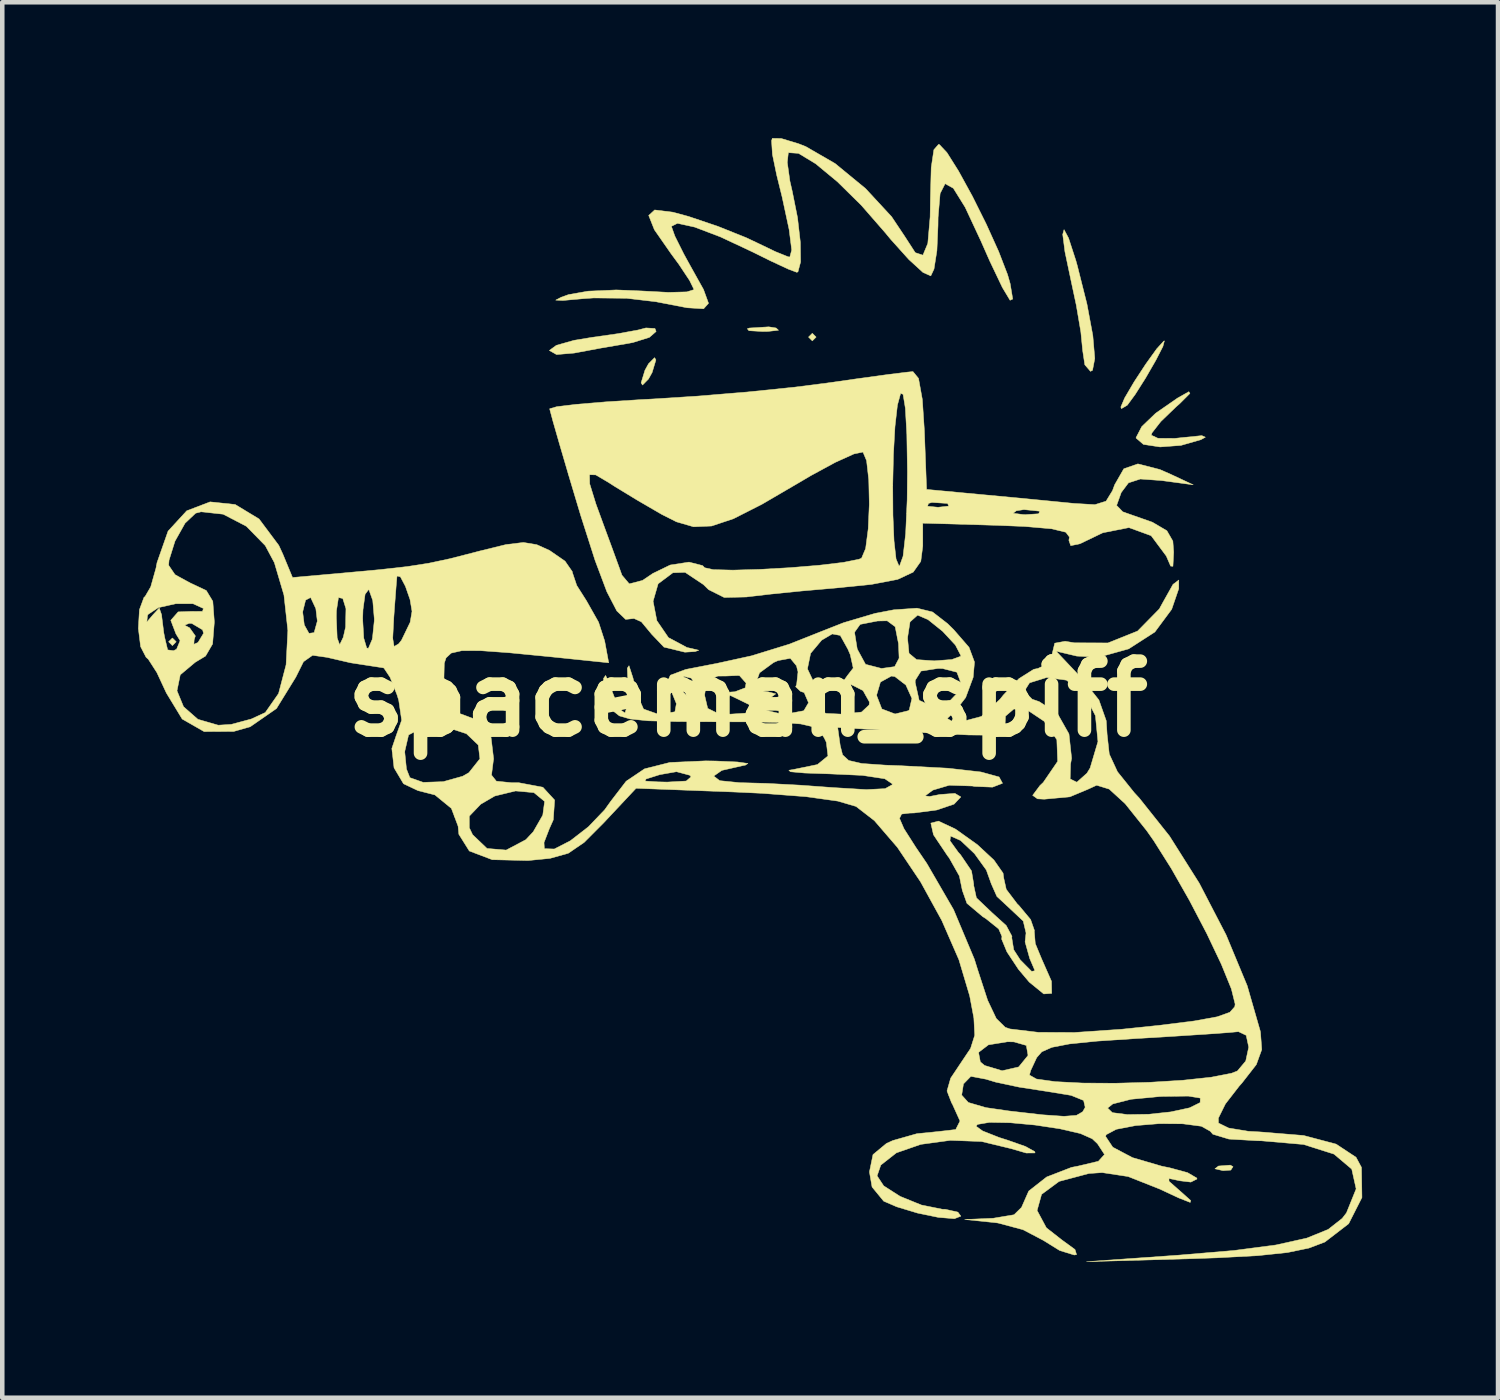
<source format=kicad_pcb>
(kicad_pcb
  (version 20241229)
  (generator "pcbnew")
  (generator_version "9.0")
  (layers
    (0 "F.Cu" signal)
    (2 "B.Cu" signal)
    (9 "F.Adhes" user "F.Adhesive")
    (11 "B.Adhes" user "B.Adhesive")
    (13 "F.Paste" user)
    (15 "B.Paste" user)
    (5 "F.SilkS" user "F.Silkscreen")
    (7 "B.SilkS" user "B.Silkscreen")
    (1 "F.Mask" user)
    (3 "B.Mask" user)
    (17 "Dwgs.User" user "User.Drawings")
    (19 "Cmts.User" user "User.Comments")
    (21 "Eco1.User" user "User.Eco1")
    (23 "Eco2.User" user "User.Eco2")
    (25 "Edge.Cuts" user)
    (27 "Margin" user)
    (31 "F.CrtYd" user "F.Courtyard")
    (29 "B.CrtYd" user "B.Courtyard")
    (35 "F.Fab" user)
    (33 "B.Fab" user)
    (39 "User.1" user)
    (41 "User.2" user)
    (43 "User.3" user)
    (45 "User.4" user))
  (footprint "spaceman_spiff"
    (layer "F.Cu")
    (at 13.457 12.383)
    (property "Reference" "spaceman_spiff" (at 0 0 0) (layer "F.SilkS") (effects (font (size 1.524 1.524) (thickness 0.3))))
    (attr through_hole)
    (fp_poly (pts (xy -12.616 -1.262) (xy -12.7 -1.177) (xy -12.784 -1.262) (xy -12.7 -1.346) (xy -12.616 -1.262)) (stroke (width 0.01) (type solid)) (fill yes) (layer "F.SilkS"))
    (fp_poly (pts (xy 1.514 -7.99) (xy 1.43 -7.906) (xy 1.346 -7.99) (xy 1.43 -8.074) (xy 1.514 -7.99)) (stroke (width 0.01) (type solid)) (fill yes) (layer "F.SilkS"))
    (fp_poly (pts (xy 10.72 10.328) (xy 10.67 10.404) (xy 10.499 10.416) (xy 10.32 10.375) (xy 10.398 10.314) (xy 10.66 10.294) (xy 10.72 10.328)) (stroke (width 0.01) (type solid)) (fill yes) (layer "F.SilkS"))
    (fp_poly (pts (xy -2.024 -7.485) (xy -2.107 -7.209) (xy -2.187 -7.065) (xy -2.32 -6.93) (xy -2.35 -6.981) (xy -2.266 -7.257) (xy -2.187 -7.401) (xy -2.053 -7.536) (xy -2.024 -7.485)) (stroke (width 0.01) (type solid)) (fill yes) (layer "F.SilkS"))
    (fp_poly (pts (xy 0.631 -8.19) (xy 0.683 -8.141) (xy 0.451 -8.115) (xy 0.336 -8.113) (xy 0.03 -8.131) (xy -0.006 -8.174) (xy 0.042 -8.19) (xy 0.469 -8.216) (xy 0.631 -8.19)) (stroke (width 0.01) (type solid)) (fill yes) (layer "F.SilkS"))
    (fp_poly (pts (xy 9.171 -7.782) (xy 9.014 -7.476) (xy 8.791 -7.089) (xy 8.559 -6.723) (xy 8.384 -6.485) (xy 8.255 -6.41) (xy 8.242 -6.446) (xy 8.327 -6.646) (xy 8.533 -6.997) (xy 8.792 -7.393) (xy 9.034 -7.73) (xy 9.19 -7.901) (xy 9.204 -7.906) (xy 9.171 -7.782)) (stroke (width 0.01) (type solid)) (fill yes) (layer "F.SilkS"))
    (fp_poly (pts (xy 7.088 -10.176) (xy 7.25 -9.678) (xy 7.283 -9.559) (xy 7.494 -8.72) (xy 7.624 -8.022) (xy 7.667 -7.516) (xy 7.617 -7.256) (xy 7.572 -7.233) (xy 7.447 -7.378) (xy 7.399 -7.696) (xy 7.359 -8.104) (xy 7.258 -8.696) (xy 7.143 -9.234) (xy 7.008 -9.874) (xy 6.959 -10.257) (xy 6.988 -10.363) (xy 7.088 -10.176)) (stroke (width 0.01) (type solid)) (fill yes) (layer "F.SilkS"))
    (fp_poly (pts (xy -2.045 -8.18) (xy -2.019 -8.114) (xy -2.167 -7.984) (xy -2.534 -7.869) (xy -2.649 -7.848) (xy -3.245 -7.746) (xy -3.812 -7.64) (xy -3.827 -7.637) (xy -4.218 -7.604) (xy -4.373 -7.692) (xy -4.374 -7.697) (xy -4.222 -7.808) (xy -3.829 -7.919) (xy -3.422 -7.986) (xy -2.858 -8.066) (xy -2.415 -8.147) (xy -2.244 -8.192) (xy -2.045 -8.18)) (stroke (width 0.01) (type solid)) (fill yes) (layer "F.SilkS"))
    (fp_poly (pts (xy 9.768 -6.746) (xy 9.544 -6.522) (xy 9.46 -6.448) (xy 9.124 -6.124) (xy 8.931 -5.877) (xy 8.914 -5.824) (xy 9.062 -5.755) (xy 9.435 -5.753) (xy 9.63 -5.774) (xy 10.031 -5.814) (xy 10.109 -5.779) (xy 10.009 -5.724) (xy 9.569 -5.598) (xy 9.109 -5.564) (xy 8.741 -5.62) (xy 8.579 -5.76) (xy 8.579 -5.772) (xy 8.704 -6.013) (xy 9.008 -6.305) (xy 9.041 -6.329) (xy 9.494 -6.643) (xy 9.744 -6.784) (xy 9.768 -6.746)) (stroke (width 0.01) (type solid)) (fill yes) (layer "F.SilkS"))
    (fp_poly (pts (xy 4.593 2.875) (xy 5.074 3.218) (xy 5.44 3.558) (xy 5.642 3.847) (xy 5.657 3.957) (xy 5.712 4.205) (xy 5.956 4.527) (xy 5.989 4.558) (xy 6.25 4.871) (xy 6.335 5.115) (xy 6.331 5.131) (xy 6.353 5.402) (xy 6.488 5.728) (xy 6.711 6.234) (xy 6.716 6.502) (xy 6.54 6.514) (xy 6.219 6.252) (xy 5.982 5.971) (xy 5.727 5.585) (xy 5.611 5.305) (xy 5.617 5.244) (xy 5.545 5.079) (xy 5.261 4.85) (xy 5.197 4.811) (xy 4.844 4.514) (xy 4.742 4.227) (xy 4.677 3.91) (xy 4.453 3.512) (xy 4.414 3.461) (xy 4.193 3.131) (xy 4.469 3.131) (xy 4.652 3.385) (xy 4.702 3.44) (xy 4.945 3.798) (xy 4.995 4.096) (xy 4.991 4.107) (xy 5.053 4.392) (xy 5.399 4.721) (xy 5.711 5.003) (xy 5.838 5.24) (xy 5.834 5.274) (xy 5.877 5.539) (xy 6.02 5.761) (xy 6.273 6.016) (xy 6.346 6.002) (xy 6.23 5.731) (xy 6.128 5.365) (xy 6.149 5.168) (xy 6.087 4.905) (xy 5.812 4.647) (xy 5.505 4.361) (xy 5.383 4.086) (xy 5.272 3.778) (xy 5.011 3.416) (xy 4.704 3.126) (xy 4.483 3.028) (xy 4.469 3.131) (xy 4.193 3.131) (xy 4.105 2.999) (xy 4.047 2.742) (xy 4.217 2.698) (xy 4.593 2.875)) (stroke (width 0.01) (type solid)) (fill yes) (layer "F.SilkS"))
    (fp_poly (pts (xy 0.743 -12.375) (xy 1.125 -12.26) (xy 1.285 -12.197) (xy 1.932 -11.823) (xy 2.605 -11.27) (xy 3.18 -10.649) (xy 3.467 -10.219) (xy 3.703 -9.854) (xy 3.872 -9.799) (xy 3.98 -10.058) (xy 4.031 -10.641) (xy 4.037 -11.032) (xy 4.055 -11.732) (xy 4.114 -12.127) (xy 4.217 -12.245) (xy 4.235 -12.242) (xy 4.403 -12.063) (xy 4.659 -11.656) (xy 4.963 -11.102) (xy 5.272 -10.482) (xy 5.545 -9.878) (xy 5.741 -9.37) (xy 5.799 -9.168) (xy 5.855 -8.83) (xy 5.796 -8.803) (xy 5.627 -9.084) (xy 5.349 -9.667) (xy 5.151 -10.115) (xy 4.805 -10.856) (xy 4.544 -11.276) (xy 4.362 -11.377) (xy 4.252 -11.161) (xy 4.207 -10.631) (xy 4.205 -10.453) (xy 4.181 -9.899) (xy 4.117 -9.492) (xy 4.046 -9.341) (xy 3.874 -9.417) (xy 3.56 -9.704) (xy 3.161 -10.148) (xy 3.037 -10.298) (xy 2.513 -10.899) (xy 1.984 -11.42) (xy 1.503 -11.818) (xy 1.125 -12.047) (xy 0.904 -12.062) (xy 0.9 -12.058) (xy 0.877 -11.848) (xy 0.935 -11.434) (xy 0.988 -11.202) (xy 1.103 -10.628) (xy 1.166 -10.08) (xy 1.171 -9.649) (xy 1.113 -9.431) (xy 1.088 -9.42) (xy 0.901 -9.49) (xy 0.51 -9.672) (xy 0.122 -9.864) (xy -0.596 -10.201) (xy -1.169 -10.419) (xy -1.548 -10.502) (xy -1.682 -10.435) (xy -1.605 -10.219) (xy -1.407 -9.823) (xy -1.264 -9.563) (xy -0.972 -9.039) (xy -0.862 -8.736) (xy -0.97 -8.615) (xy -1.333 -8.637) (xy -1.987 -8.763) (xy -2.019 -8.77) (xy -2.674 -8.847) (xy -3.399 -8.854) (xy -3.617 -8.839) (xy -4.079 -8.798) (xy -4.236 -8.806) (xy -4.115 -8.87) (xy -3.953 -8.928) (xy -3.521 -9.004) (xy -2.9 -9.031) (xy -2.313 -9.007) (xy -1.746 -8.977) (xy -1.341 -8.988) (xy -1.182 -9.038) (xy -1.182 -9.04) (xy -1.279 -9.238) (xy -1.519 -9.6) (xy -1.687 -9.828) (xy -2.058 -10.361) (xy -2.183 -10.676) (xy -2.051 -10.797) (xy -1.651 -10.748) (xy -1.304 -10.654) (xy -0.658 -10.436) (xy -0.031 -10.185) (xy 0.204 -10.074) (xy 0.616 -9.876) (xy 0.891 -9.765) (xy 0.932 -9.756) (xy 0.975 -9.912) (xy 0.918 -10.363) (xy 0.763 -11.084) (xy 0.643 -11.569) (xy 0.549 -12.024) (xy 0.53 -12.326) (xy 0.547 -12.378) (xy 0.743 -12.375)) (stroke (width 0.01) (type solid)) (fill yes) (layer "F.SilkS"))
    (fp_poly (pts (xy 3.775 -7.078) (xy 3.859 -6.613) (xy 3.904 -5.929) (xy 3.953 -4.626) (xy 5.215 -4.508) (xy 5.956 -4.439) (xy 6.676 -4.369) (xy 7.206 -4.317) (xy 7.67 -4.29) (xy 7.916 -4.367) (xy 8.059 -4.601) (xy 8.106 -4.729) (xy 8.308 -5.082) (xy 8.619 -5.19) (xy 9.103 -5.066) (xy 9.336 -4.964) (xy 9.84 -4.728) (xy 9.142 -4.822) (xy 8.673 -4.856) (xy 8.411 -4.771) (xy 8.251 -4.558) (xy 8.149 -4.273) (xy 8.285 -4.132) (xy 8.361 -4.105) (xy 8.939 -3.902) (xy 9.259 -3.714) (xy 9.391 -3.485) (xy 9.409 -3.242) (xy 9.393 -2.929) (xy 9.342 -2.933) (xy 9.246 -3.155) (xy 8.912 -3.604) (xy 8.421 -3.783) (xy 7.845 -3.669) (xy 7.769 -3.633) (xy 7.339 -3.426) (xy 7.136 -3.384) (xy 7.095 -3.502) (xy 7.107 -3.575) (xy 7.027 -3.681) (xy 6.711 -3.757) (xy 6.123 -3.808) (xy 5.509 -3.833) (xy 3.869 -3.881) (xy 3.869 -3.376) (xy 3.825 -3.037) (xy 3.658 -2.8) (xy 3.313 -2.639) (xy 2.737 -2.529) (xy 1.934 -2.448) (xy 1.202 -2.384) (xy 0.517 -2.315) (xy 0.017 -2.257) (xy -0.024 -2.251) (xy -0.515 -2.24) (xy -0.86 -2.413) (xy -0.977 -2.527) (xy -1.379 -2.795) (xy -1.649 -2.786) (xy -1.975 -2.542) (xy -2.086 -2.157) (xy -2.003 -1.728) (xy -1.747 -1.354) (xy -1.337 -1.135) (xy -1.308 -1.129) (xy -1.078 -1.075) (xy -1.158 -1.046) (xy -1.384 -1.032) (xy -1.846 -1.144) (xy -2.117 -1.428) (xy -2.345 -1.703) (xy -2.507 -1.776) (xy -2.508 -1.776) (xy -2.692 -1.756) (xy -2.887 -1.943) (xy -3.107 -2.367) (xy -3.367 -3.059) (xy -3.683 -4.047) (xy -3.711 -4.14) (xy -3.952 -4.944) (xy -3.954 -4.951) (xy -3.49 -4.951) (xy -3.486 -4.75) (xy -3.348 -4.304) (xy -3.189 -3.869) (xy -2.991 -3.331) (xy -2.836 -2.906) (xy -2.774 -2.733) (xy -2.612 -2.541) (xy -2.319 -2.617) (xy -2.093 -2.77) (xy -1.708 -2.957) (xy -1.293 -3.021) (xy -0.992 -2.944) (xy -0.948 -2.897) (xy -0.759 -2.855) (xy -0.323 -2.844) (xy 0.271 -2.861) (xy 0.934 -2.898) (xy 1.578 -2.951) (xy 2.116 -3.015) (xy 2.459 -3.084) (xy 2.517 -3.108) (xy 2.607 -3.321) (xy 2.664 -3.756) (xy 2.688 -4.299) (xy 2.679 -4.721) (xy 3.206 -4.721) (xy 3.21 -4.059) (xy 3.234 -3.49) (xy 3.279 -3.09) (xy 3.344 -2.936) (xy 3.357 -2.939) (xy 3.434 -3.152) (xy 3.491 -3.653) (xy 3.511 -4.1) (xy 5.864 -4.1) (xy 6.087 -4.071) (xy 6.14 -4.07) (xy 6.427 -4.088) (xy 6.452 -4.141) (xy 6.437 -4.147) (xy 6.103 -4.181) (xy 5.933 -4.154) (xy 5.864 -4.1) (xy 3.511 -4.1) (xy 3.518 -4.255) (xy 3.974 -4.255) (xy 4.205 -4.232) (xy 4.444 -4.258) (xy 4.416 -4.317) (xy 4.071 -4.339) (xy 3.995 -4.317) (xy 3.974 -4.255) (xy 3.518 -4.255) (xy 3.524 -4.394) (xy 3.53 -5.014) (xy 3.517 -5.837) (xy 3.484 -6.419) (xy 3.434 -6.726) (xy 3.38 -6.748) (xy 3.309 -6.488) (xy 3.255 -6.012) (xy 3.221 -5.397) (xy 3.206 -4.721) (xy 2.679 -4.721) (xy 2.676 -4.838) (xy 2.628 -5.261) (xy 2.548 -5.451) (xy 2.349 -5.41) (xy 1.94 -5.225) (xy 1.396 -4.93) (xy 1.161 -4.791) (xy 0.317 -4.298) (xy -0.312 -3.979) (xy -0.794 -3.818) (xy -1.192 -3.801) (xy -1.571 -3.911) (xy -1.894 -4.074) (xy -2.434 -4.388) (xy -2.935 -4.693) (xy -3.07 -4.78) (xy -3.353 -4.947) (xy -3.49 -4.951) (xy -3.954 -4.951) (xy -4.153 -5.629) (xy -4.297 -6.131) (xy -4.366 -6.389) (xy -4.369 -6.408) (xy -4.213 -6.453) (xy -3.782 -6.505) (xy -3.139 -6.559) (xy -2.344 -6.61) (xy -2.145 -6.62) (xy -1.108 -6.686) (xy 0.001 -6.778) (xy 1.039 -6.884) (xy 1.766 -6.977) (xy 2.497 -7.081) (xy 3.111 -7.165) (xy 3.527 -7.216) (xy 3.652 -7.228) (xy 3.775 -7.078)) (stroke (width 0.01) (type solid)) (fill yes) (layer "F.SilkS"))
    (fp_poly (pts (xy -11.314 -4.293) (xy -10.787 -3.974) (xy -10.351 -3.391) (xy -10.261 -3.196) (xy -10.048 -2.681) (xy -8.935 -2.78) (xy -8.109 -2.856) (xy -7.512 -2.923) (xy -7.037 -2.997) (xy -6.578 -3.095) (xy -6.028 -3.236) (xy -5.93 -3.262) (xy -5.336 -3.408) (xy -4.949 -3.455) (xy -4.654 -3.406) (xy -4.374 -3.28) (xy -4.03 -3.042) (xy -3.87 -2.811) (xy -3.869 -2.794) (xy -3.772 -2.506) (xy -3.557 -2.167) (xy -3.29 -1.695) (xy -3.156 -1.282) (xy -3.066 -0.798) (xy -4.351 -0.931) (xy -5.267 -1.02) (xy -5.902 -1.066) (xy -6.31 -1.065) (xy -6.544 -1.012) (xy -6.658 -0.906) (xy -6.697 -0.786) (xy -6.707 -0.336) (xy -6.595 0.072) (xy -6.402 0.314) (xy -6.317 0.336) (xy -5.925 0.484) (xy -5.664 0.851) (xy -5.607 1.327) (xy -5.615 1.373) (xy -5.654 1.681) (xy -5.547 1.816) (xy -5.212 1.85) (xy -5.053 1.85) (xy -4.52 1.95) (xy -4.26 2.233) (xy -4.29 2.671) (xy -4.378 2.868) (xy -4.495 3.172) (xy -4.487 3.307) (xy -4.267 3.314) (xy -3.913 3.132) (xy -3.514 2.823) (xy -3.156 2.449) (xy -3.023 2.263) (xy -2.683 1.82) (xy -2.674 1.813) (xy -2.265 1.813) (xy -1.986 1.831) (xy -1.775 1.836) (xy -1.355 1.813) (xy -1.248 1.721) (xy -1.274 1.686) (xy -1.569 1.607) (xy -1.938 1.672) (xy -2.241 1.768) (xy -2.265 1.813) (xy -2.674 1.813) (xy -2.275 1.544) (xy -1.717 1.403) (xy -0.929 1.368) (xy -0.704 1.371) (xy -0.225 1.392) (xy 0.008 1.425) (xy -0.048 1.462) (xy -0.084 1.468) (xy -0.568 1.578) (xy -0.747 1.703) (xy -0.615 1.805) (xy -0.166 1.85) (xy -0.143 1.85) (xy 0.418 1.865) (xy 1.155 1.904) (xy 1.908 1.959) (xy 1.909 1.959) (xy 2.622 2.002) (xy 3.038 1.981) (xy 3.193 1.895) (xy 3.196 1.875) (xy 3.03 1.763) (xy 2.536 1.688) (xy 1.808 1.655) (xy 1.258 1.636) (xy 0.947 1.608) (xy 0.912 1.575) (xy 1.009 1.559) (xy 1.543 1.449) (xy 1.775 1.259) (xy 1.739 0.957) (xy 1.692 0.859) (xy 1.593 0.714) (xy 1.465 0.63) (xy 1.99 0.63) (xy 2.046 1.03) (xy 2.098 1.235) (xy 2.233 1.359) (xy 2.523 1.426) (xy 3.043 1.462) (xy 3.364 1.474) (xy 4.425 1.53) (xy 5.154 1.613) (xy 5.554 1.723) (xy 5.629 1.861) (xy 5.627 1.864) (xy 5.409 1.948) (xy 5.013 1.932) (xy 4.963 1.923) (xy 4.453 1.906) (xy 4.093 2.013) (xy 3.919 2.141) (xy 4.022 2.154) (xy 4.247 2.11) (xy 4.579 2.086) (xy 4.71 2.164) (xy 4.56 2.323) (xy 4.181 2.452) (xy 3.681 2.518) (xy 3.576 2.521) (xy 3.402 2.542) (xy 3.355 2.637) (xy 3.453 2.864) (xy 3.716 3.277) (xy 3.958 3.633) (xy 4.549 4.653) (xy 5.008 5.746) (xy 5.081 5.98) (xy 5.301 6.654) (xy 5.492 7.057) (xy 5.69 7.251) (xy 5.793 7.287) (xy 6.419 7.362) (xy 7.222 7.365) (xy 8.259 7.294) (xy 9.077 7.209) (xy 9.864 7.111) (xy 10.369 7.019) (xy 10.649 6.919) (xy 10.758 6.796) (xy 10.766 6.738) (xy 10.683 6.403) (xy 10.462 5.86) (xy 10.141 5.184) (xy 9.759 4.453) (xy 9.356 3.744) (xy 8.97 3.132) (xy 8.811 2.906) (xy 8.338 2.314) (xy 7.985 1.991) (xy 7.708 1.906) (xy 7.506 1.999) (xy 7.115 2.162) (xy 6.551 2.214) (xy 6.402 2.206) (xy 6.295 2.129) (xy 6.456 1.913) (xy 6.529 1.844) (xy 6.847 1.379) (xy 6.829 0.9) (xy 6.55 0.494) (xy 6.197 0.258) (xy 5.88 0.222) (xy 5.695 0.38) (xy 5.686 0.56) (xy 5.684 0.687) (xy 5.586 0.765) (xy 5.337 0.8) (xy 4.883 0.796) (xy 4.166 0.761) (xy 3.863 0.743) (xy 1.99 0.63) (xy 1.465 0.63) (xy 1.441 0.614) (xy 1.176 0.553) (xy 0.741 0.52) (xy 0.075 0.507) (xy -0.673 0.505) (xy -1.572 0.5) (xy -2.193 0.483) (xy -2.593 0.443) (xy -2.831 0.374) (xy -2.966 0.267) (xy -3.022 0.179) (xy -3.16 -0.229) (xy -3.181 -0.452) (xy -3.134 -0.519) (xy -3.037 -0.305) (xy -3.008 -0.21) (xy -2.842 0.215) (xy -2.707 0.31) (xy -2.634 0.084) (xy -2.64 -0.294) (xy -2.655 -0.679) (xy -2.618 -0.734) (xy -2.53 -0.463) (xy -2.451 -0.126) (xy -2.296 0.224) (xy -1.981 0.335) (xy -1.913 0.336) (xy -1.604 0.284) (xy -1.572 0.104) (xy -1.58 0.084) (xy -1.728 -0.28) (xy -1.749 -0.332) (xy -1.473 -0.332) (xy -1.416 -0.146) (xy -1.287 -0.018) (xy -1.249 -0.084) (xy -0.949 -0.084) (xy -0.88 0.209) (xy -0.648 0.323) (xy -0.378 0.336) (xy -0.006 0.312) (xy 0.167 0.254) (xy 0.168 0.247) (xy 0.032 0.124) (xy -0.21 0.005) (xy -0.447 -0.108) (xy -0.378 -0.152) (xy -0.28 -0.158) (xy -0.052 -0.245) (xy -0.035 -0.336) (xy 0.179 -0.336) (xy 0.337 -0.175) (xy 0.463 -0.155) (xy 0.622 -0.112) (xy 0.547 -0.057) (xy 0.34 0.104) (xy 0.422 0.254) (xy 0.752 0.334) (xy 0.841 0.336) (xy 1.242 0.261) (xy 1.346 0.084) (xy 1.25 -0.14) (xy 1.168 -0.168) (xy 1.062 -0.269) (xy 1.084 -0.321) (xy 1.114 -0.597) (xy 1.097 -0.664) (xy 1.322 -0.664) (xy 1.444 -0.407) (xy 1.511 -0.37) (xy 1.585 -0.192) (xy 1.561 0.008) (xy 1.552 0.227) (xy 1.733 0.32) (xy 2.083 0.336) (xy 2.517 0.29) (xy 2.684 0.134) (xy 2.691 0.068) (xy 2.608 -0.08) (xy 2.848 -0.08) (xy 2.963 0.216) (xy 2.972 0.224) (xy 3.257 0.332) (xy 3.55 0.26) (xy 3.57 0.243) (xy 3.629 -0.011) (xy 3.495 -0.308) (xy 3.421 -0.364) (xy 3.701 -0.364) (xy 3.789 0.031) (xy 4.068 0.155) (xy 4.444 0.066) (xy 4.668 -0.168) (xy 4.71 -0.354) (xy 4.622 -0.59) (xy 4.305 -0.671) (xy 4.205 -0.673) (xy 3.83 -0.615) (xy 3.703 -0.413) (xy 3.701 -0.364) (xy 3.421 -0.364) (xy 3.252 -0.494) (xy 3.176 -0.505) (xy 2.934 -0.372) (xy 2.848 -0.08) (xy 2.608 -0.08) (xy 2.55 -0.184) (xy 2.341 -0.291) (xy 2.118 -0.394) (xy 2.205 -0.516) (xy 2.333 -0.681) (xy 2.268 -0.976) (xy 2.215 -1.099) (xy 2.047 -1.402) (xy 1.87 -1.435) (xy 1.636 -1.297) (xy 1.392 -1.006) (xy 1.322 -0.664) (xy 1.097 -0.664) (xy 1.08 -0.732) (xy 0.944 -0.897) (xy 0.673 -0.847) (xy 0.575 -0.804) (xy 0.264 -0.576) (xy 0.179 -0.336) (xy -0.035 -0.336) (xy -0.032 -0.349) (xy -0.177 -0.513) (xy -0.214 -0.517) (xy -0.471 -0.506) (xy -0.655 -0.505) (xy -0.898 -0.408) (xy -0.949 -0.084) (xy -1.249 -0.084) (xy -1.213 -0.145) (xy -1.212 -0.408) (xy -1.244 -0.459) (xy -1.406 -0.498) (xy -1.473 -0.332) (xy -1.749 -0.332) (xy -1.77 -0.383) (xy -1.705 -0.524) (xy -1.366 -0.651) (xy -0.722 -0.776) (xy -0.702 -0.779) (xy 0.088 -0.952) (xy 0.924 -1.21) (xy 1.446 -1.417) (xy 1.584 -1.472) (xy 2.362 -1.472) (xy 2.422 -1.101) (xy 2.605 -0.764) (xy 2.958 -0.673) (xy 3.248 -0.713) (xy 3.346 -0.9) (xy 3.333 -1.22) (xy 3.308 -1.346) (xy 3.532 -1.346) (xy 3.565 -1.007) (xy 3.732 -0.868) (xy 4.121 -0.841) (xy 4.51 -0.87) (xy 4.705 -0.941) (xy 4.71 -0.956) (xy 4.589 -1.19) (xy 4.307 -1.493) (xy 3.985 -1.751) (xy 3.755 -1.85) (xy 3.587 -1.7) (xy 3.532 -1.346) (xy 3.308 -1.346) (xy 3.259 -1.595) (xy 3.083 -1.725) (xy 2.87 -1.721) (xy 2.486 -1.646) (xy 2.362 -1.472) (xy 1.584 -1.472) (xy 2.12 -1.683) (xy 2.815 -1.889) (xy 3.229 -1.968) (xy 3.741 -2.004) (xy 4.084 -1.92) (xy 4.417 -1.662) (xy 4.552 -1.529) (xy 4.89 -1.14) (xy 5.011 -0.814) (xy 4.981 -0.474) (xy 4.816 -0.03) (xy 4.583 0.271) (xy 4.408 0.431) (xy 4.507 0.49) (xy 4.743 0.499) (xy 5.163 0.387) (xy 5.574 0.008) (xy 5.647 -0.084) (xy 5.73 -0.172) (xy 6.111 -0.172) (xy 6.284 0.006) (xy 6.44 0.06) (xy 6.838 0.315) (xy 7.097 0.773) (xy 7.155 1.31) (xy 7.132 1.439) (xy 7.123 1.767) (xy 7.271 1.839) (xy 7.494 1.64) (xy 7.564 1.525) (xy 7.737 0.942) (xy 7.681 0.37) (xy 7.436 -0.109) (xy 7.041 -0.414) (xy 6.605 -0.473) (xy 6.226 -0.355) (xy 6.111 -0.172) (xy 5.73 -0.172) (xy 5.991 -0.447) (xy 6.319 -0.654) (xy 6.412 -0.673) (xy 6.679 -0.802) (xy 6.728 -1.005) (xy 6.783 -1.231) (xy 7.012 -1.273) (xy 7.218 -1.239) (xy 7.958 -1.236) (xy 8.613 -1.499) (xy 9.092 -1.987) (xy 9.167 -2.124) (xy 9.394 -2.529) (xy 9.522 -2.625) (xy 9.521 -2.434) (xy 9.365 -1.979) (xy 8.993 -1.477) (xy 8.415 -1.105) (xy 7.754 -0.921) (xy 7.268 -0.946) (xy 6.813 -1.054) (xy 7.376 -0.459) (xy 7.758 0.023) (xy 7.92 0.482) (xy 7.939 0.782) (xy 7.987 1.217) (xy 8.168 1.608) (xy 8.54 2.071) (xy 8.649 2.189) (xy 9.317 3.028) (xy 9.975 4.071) (xy 10.566 5.21) (xy 11.033 6.334) (xy 11.321 7.335) (xy 11.326 7.363) (xy 11.354 7.743) (xy 11.234 8.074) (xy 10.916 8.482) (xy 10.857 8.548) (xy 10.551 8.943) (xy 10.396 9.256) (xy 10.398 9.365) (xy 10.622 9.475) (xy 11.058 9.547) (xy 11.314 9.561) (xy 12.279 9.64) (xy 12.996 9.83) (xy 13.436 10.121) (xy 13.556 10.344) (xy 13.566 11.01) (xy 13.273 11.588) (xy 12.748 11.992) (xy 12.395 12.126) (xy 11.922 12.224) (xy 11.266 12.293) (xy 10.366 12.341) (xy 9.813 12.36) (xy 7.485 12.426) (xy 9.52 12.282) (xy 10.74 12.179) (xy 11.669 12.057) (xy 12.347 11.906) (xy 12.82 11.714) (xy 13.13 11.471) (xy 13.224 11.349) (xy 13.438 10.819) (xy 13.341 10.382) (xy 12.949 10.051) (xy 12.278 9.838) (xy 11.344 9.757) (xy 11.263 9.756) (xy 10.628 9.719) (xy 10.274 9.612) (xy 10.217 9.546) (xy 10.022 9.436) (xy 9.612 9.382) (xy 9.093 9.378) (xy 8.569 9.421) (xy 8.142 9.503) (xy 7.918 9.622) (xy 7.906 9.66) (xy 8.064 9.898) (xy 8.498 10.128) (xy 9.148 10.318) (xy 9.321 10.353) (xy 9.715 10.46) (xy 9.917 10.578) (xy 9.925 10.6) (xy 9.788 10.669) (xy 9.546 10.64) (xy 9.305 10.589) (xy 9.306 10.651) (xy 9.559 10.874) (xy 9.588 10.899) (xy 9.785 11.076) (xy 9.775 11.118) (xy 9.525 11.02) (xy 9.1 10.822) (xy 8.403 10.546) (xy 7.83 10.459) (xy 7.537 10.479) (xy 6.879 10.654) (xy 6.492 10.94) (xy 6.393 11.295) (xy 6.598 11.678) (xy 6.939 11.945) (xy 7.23 12.157) (xy 7.265 12.27) (xy 7.214 12.279) (xy 6.893 12.18) (xy 6.53 11.955) (xy 6.082 11.72) (xy 5.528 11.572) (xy 5.456 11.563) (xy 4.794 11.495) (xy 5.425 11.467) (xy 5.884 11.39) (xy 6.055 11.222) (xy 6.056 11.212) (xy 6.208 10.867) (xy 6.604 10.556) (xy 7.152 10.344) (xy 7.296 10.316) (xy 7.746 10.209) (xy 7.882 10.059) (xy 7.727 9.822) (xy 7.612 9.713) (xy 7.351 9.597) (xy 6.898 9.492) (xy 6.348 9.409) (xy 5.797 9.358) (xy 5.342 9.35) (xy 5.077 9.395) (xy 5.046 9.435) (xy 5.191 9.54) (xy 5.556 9.684) (xy 5.736 9.741) (xy 6.137 9.882) (xy 6.342 9.996) (xy 6.348 10.025) (xy 6.153 10.027) (xy 5.816 9.929) (xy 5.169 9.773) (xy 4.479 9.747) (xy 3.825 9.836) (xy 3.286 10.023) (xy 2.942 10.293) (xy 2.86 10.531) (xy 3.006 10.752) (xy 3.369 10.984) (xy 3.838 11.175) (xy 4.3 11.268) (xy 4.368 11.27) (xy 4.644 11.332) (xy 4.71 11.421) (xy 4.568 11.477) (xy 4.214 11.448) (xy 3.753 11.353) (xy 3.293 11.214) (xy 3.006 11.09) (xy 2.749 10.777) (xy 2.691 10.444) (xy 2.77 10.061) (xy 3.067 9.815) (xy 3.208 9.751) (xy 3.739 9.6) (xy 4.217 9.552) (xy 4.596 9.508) (xy 4.691 9.32) (xy 4.522 8.946) (xy 4.505 8.919) (xy 4.439 8.748) (xy 4.728 8.748) (xy 4.875 8.911) (xy 5.262 9.024) (xy 5.772 9.098) (xy 6.513 9.183) (xy 6.988 9.216) (xy 7.262 9.195) (xy 7.4 9.116) (xy 7.446 9.034) (xy 7.95 9.034) (xy 8.055 9.135) (xy 8.39 9.178) (xy 8.853 9.171) (xy 9.343 9.119) (xy 9.759 9.029) (xy 9.994 8.913) (xy 9.997 8.814) (xy 9.732 8.77) (xy 9.166 8.777) (xy 9.097 8.78) (xy 8.467 8.84) (xy 8.064 8.943) (xy 7.95 9.034) (xy 7.446 9.034) (xy 7.455 9.017) (xy 7.42 8.866) (xy 7.144 8.754) (xy 6.601 8.665) (xy 5.998 8.572) (xy 5.477 8.461) (xy 5.262 8.396) (xy 4.931 8.334) (xy 4.768 8.501) (xy 4.767 8.504) (xy 4.728 8.748) (xy 4.439 8.748) (xy 4.404 8.656) (xy 4.485 8.373) (xy 4.531 8.305) (xy 6.224 8.305) (xy 6.379 8.393) (xy 6.796 8.451) (xy 7.401 8.482) (xy 8.121 8.486) (xy 8.883 8.465) (xy 9.613 8.42) (xy 10.238 8.353) (xy 10.684 8.266) (xy 10.816 8.215) (xy 11 7.996) (xy 11.066 7.689) (xy 11.01 7.428) (xy 10.84 7.347) (xy 10.615 7.368) (xy 10.125 7.403) (xy 9.442 7.447) (xy 8.638 7.496) (xy 8.609 7.497) (xy 7.719 7.556) (xy 7.108 7.618) (xy 6.72 7.693) (xy 6.496 7.792) (xy 6.385 7.919) (xy 6.252 8.204) (xy 6.224 8.305) (xy 4.531 8.305) (xy 4.701 8.05) (xy 4.865 7.805) (xy 5.1 7.805) (xy 5.14 8.015) (xy 5.235 8.094) (xy 5.621 8.21) (xy 5.987 8.126) (xy 6.19 7.876) (xy 6.192 7.864) (xy 6.155 7.651) (xy 5.882 7.573) (xy 5.741 7.57) (xy 5.319 7.638) (xy 5.1 7.805) (xy 4.865 7.805) (xy 4.924 7.718) (xy 5.016 7.427) (xy 4.997 7.049) (xy 4.905 6.559) (xy 4.667 5.76) (xy 4.289 4.893) (xy 3.82 4.039) (xy 3.308 3.277) (xy 2.8 2.687) (xy 2.395 2.374) (xy 1.992 2.256) (xy 1.288 2.158) (xy 0.317 2.084) (xy -0.255 2.057) (xy -2.462 1.973) (xy -3.179 2.738) (xy -3.609 3.169) (xy -3.959 3.408) (xy -4.363 3.521) (xy -4.85 3.569) (xy -5.638 3.55) (xy -6.144 3.358) (xy -6.375 2.989) (xy -6.392 2.81) (xy -6.475 2.589) (xy -6.145 2.589) (xy -6.144 2.845) (xy -6.072 2.997) (xy -5.753 3.302) (xy -5.331 3.338) (xy -4.896 3.108) (xy -4.732 2.933) (xy -4.522 2.566) (xy -4.482 2.269) (xy -4.485 2.26) (xy -4.717 2.069) (xy -5.123 2.032) (xy -5.582 2.144) (xy -5.891 2.324) (xy -6.145 2.589) (xy -6.475 2.589) (xy -6.54 2.417) (xy -6.903 2.12) (xy -7.279 2.024) (xy -7.597 1.873) (xy -7.806 1.521) (xy -7.846 1.169) (xy -7.57 1.169) (xy -7.532 1.547) (xy -7.457 1.738) (xy -7.163 1.842) (xy -6.72 1.827) (xy -6.291 1.707) (xy -6.154 1.629) (xy -5.91 1.321) (xy -5.947 1.017) (xy -6.208 0.768) (xy -6.642 0.626) (xy -7.191 0.641) (xy -7.485 0.795) (xy -7.57 1.161) (xy -7.57 1.169) (xy -7.846 1.169) (xy -7.855 1.095) (xy -7.761 0.816) (xy -7.638 0.47) (xy -7.703 0.028) (xy -7.742 -0.096) (xy -7.895 -0.479) (xy -8.028 -0.679) (xy -8.045 -0.687) (xy -8.768 -0.798) (xy -9.285 -0.918) (xy -9.605 -0.963) (xy -9.806 -0.821) (xy -9.976 -0.479) (xy -10.402 0.212) (xy -10.983 0.615) (xy -11.346 0.718) (xy -12 0.721) (xy -12.484 0.444) (xy -12.835 -0.134) (xy -12.838 -0.141) (xy -13.043 -0.582) (xy -13.232 -0.876) (xy -13.282 -0.921) (xy -13.402 -1.154) (xy -13.452 -1.556) (xy -13.444 -1.697) (xy -13.266 -1.697) (xy -13.143 -1.841) (xy -13.136 -1.85) (xy -12.991 -2.007) (xy -12.938 -1.856) (xy -12.934 -1.808) (xy -12.89 -1.458) (xy -12.868 -1.346) (xy -12.809 -1.1) (xy -12.805 -1.083) (xy -12.675 -1.065) (xy -12.608 -1.098) (xy -12.53 -1.286) (xy -12.622 -1.437) (xy -12.695 -1.628) (xy -12.43 -1.628) (xy -12.32 -1.57) (xy -12.193 -1.391) (xy -12.22 -1.305) (xy -12.226 -1.206) (xy -12.135 -1.247) (xy -12.012 -1.449) (xy -12.034 -1.526) (xy -12.27 -1.666) (xy -12.331 -1.669) (xy -12.43 -1.628) (xy -12.695 -1.628) (xy -12.736 -1.736) (xy -12.573 -1.922) (xy -12.271 -1.933) (xy -12.036 -1.932) (xy -12.015 -1.998) (xy -12.244 -2.102) (xy -12.628 -2.102) (xy -13.011 -2.016) (xy -13.239 -1.865) (xy -13.25 -1.838) (xy -13.266 -1.697) (xy -13.444 -1.697) (xy -13.428 -1.971) (xy -13.328 -2.242) (xy -13.303 -2.262) (xy -13.179 -2.475) (xy -13.063 -2.887) (xy -13.05 -2.952) (xy -12.784 -2.952) (xy -12.642 -2.744) (xy -12.297 -2.555) (xy -12.279 -2.548) (xy -11.952 -2.394) (xy -11.808 -2.156) (xy -11.775 -1.712) (xy -11.775 -1.687) (xy -11.813 -1.213) (xy -11.968 -0.947) (xy -12.195 -0.81) (xy -12.527 -0.532) (xy -12.599 -0.18) (xy -12.454 0.172) (xy -12.137 0.45) (xy -11.688 0.58) (xy -11.4 0.562) (xy -10.957 0.443) (xy -10.652 0.302) (xy -10.648 0.299) (xy -10.356 -0.119) (xy -10.19 -0.754) (xy -10.151 -1.511) (xy -10.196 -1.921) (xy -9.824 -1.921) (xy -9.788 -1.634) (xy -9.684 -1.448) (xy -9.571 -1.464) (xy -9.5 -1.719) (xy -9.511 -1.808) (xy -9.081 -1.808) (xy -9.062 -1.347) (xy -9.007 -1.195) (xy -8.927 -1.362) (xy -8.876 -1.587) (xy -8.873 -1.763) (xy -8.499 -1.763) (xy -8.475 -1.343) (xy -8.41 -1.125) (xy -8.373 -1.117) (xy -8.284 -1.324) (xy -8.283 -1.337) (xy -7.835 -1.337) (xy -7.805 -1.158) (xy -7.705 -1.216) (xy -7.641 -1.297) (xy -7.45 -1.693) (xy -7.409 -1.934) (xy -7.453 -2.195) (xy -7.555 -2.487) (xy -7.666 -2.697) (xy -7.738 -2.715) (xy -7.743 -2.691) (xy -7.76 -2.488) (xy -7.792 -2.066) (xy -7.811 -1.801) (xy -7.835 -1.337) (xy -8.283 -1.337) (xy -8.243 -1.72) (xy -8.242 -1.766) (xy -8.276 -2.173) (xy -8.358 -2.404) (xy -8.369 -2.412) (xy -8.445 -2.312) (xy -8.492 -1.969) (xy -8.499 -1.763) (xy -8.873 -1.763) (xy -8.868 -1.992) (xy -8.938 -2.218) (xy -9.033 -2.239) (xy -9.078 -1.946) (xy -9.081 -1.808) (xy -9.511 -1.808) (xy -9.533 -1.994) (xy -9.648 -2.24) (xy -9.759 -2.182) (xy -9.824 -1.921) (xy -10.196 -1.921) (xy -10.237 -2.294) (xy -10.449 -3.01) (xy -10.65 -3.386) (xy -11.067 -3.812) (xy -11.58 -4.079) (xy -12.07 -4.132) (xy -12.187 -4.101) (xy -12.42 -3.881) (xy -12.643 -3.484) (xy -12.774 -3.066) (xy -12.784 -2.952) (xy -13.05 -2.952) (xy -13.04 -3.009) (xy -12.796 -3.705) (xy -12.384 -4.154) (xy -11.868 -4.351) (xy -11.314 -4.293)) (stroke (width 0.01) (type solid)) (fill yes) (layer "F.SilkS")))
  (gr_rect
    (start -3 -3)
    (end 30.028 27.814)
    (stroke (width 0.1) (type default))
    (fill no)
    (layer "Edge.Cuts")))
</source>
